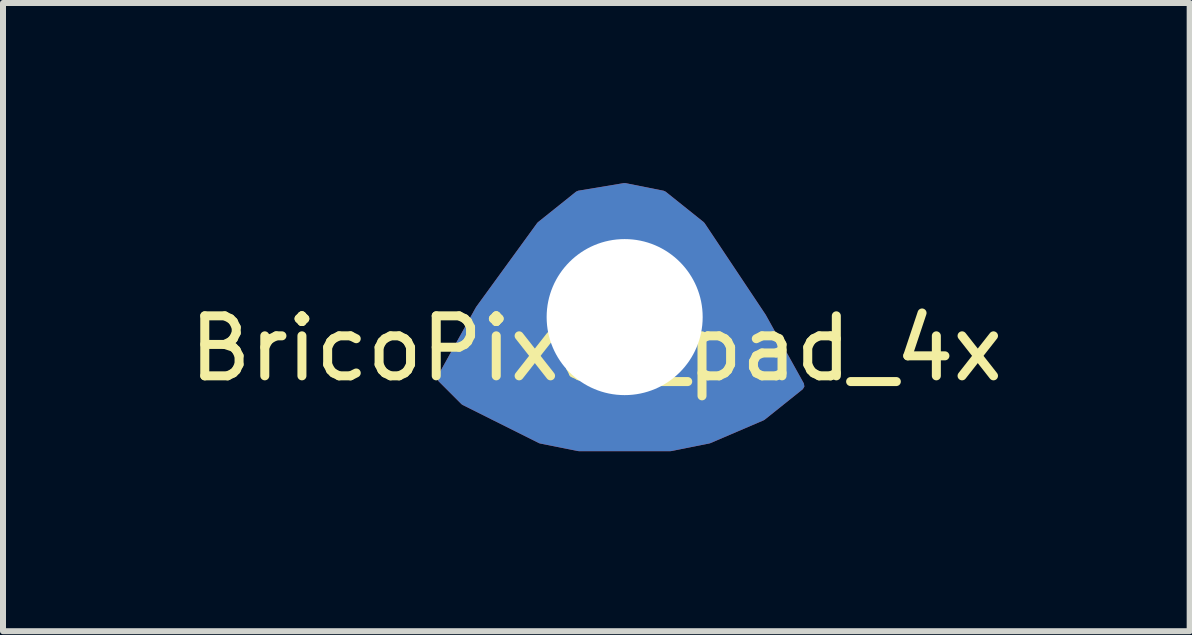
<source format=kicad_pcb>
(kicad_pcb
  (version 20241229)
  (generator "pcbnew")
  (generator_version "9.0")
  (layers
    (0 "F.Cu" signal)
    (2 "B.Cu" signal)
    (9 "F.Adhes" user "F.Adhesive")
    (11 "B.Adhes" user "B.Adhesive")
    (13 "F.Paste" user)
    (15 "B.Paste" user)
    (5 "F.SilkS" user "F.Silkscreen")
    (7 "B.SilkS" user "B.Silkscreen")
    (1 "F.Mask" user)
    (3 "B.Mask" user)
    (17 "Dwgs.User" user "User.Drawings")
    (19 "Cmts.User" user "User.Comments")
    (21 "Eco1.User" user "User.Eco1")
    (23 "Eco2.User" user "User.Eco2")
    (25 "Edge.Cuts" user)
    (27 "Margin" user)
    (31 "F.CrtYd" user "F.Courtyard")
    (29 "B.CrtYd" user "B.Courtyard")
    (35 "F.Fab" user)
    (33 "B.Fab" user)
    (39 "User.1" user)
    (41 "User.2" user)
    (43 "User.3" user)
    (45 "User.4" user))
  (footprint "BricoPixel_pad_4x"
    (layer "F.Cu")
    (at 7.359 2.234)
    (property "Reference" "BricoPixel_pad_4x" (at -0.473 0.524 0) (layer "F.SilkS") (effects (font (size 1 1) (thickness 0.15))))
    (attr through_hole)
    (pad "1" thru_hole custom (at 0 0) (size 3 3) (drill 2.6) (layers "*.Cu" "*.Mask") (options (anchor circle)) (primitives (gr_poly (pts (xy 0 -2.159) (xy 0.635 -2.032) (xy 1.27 -1.524) (xy 2.286 0) (xy 2.921 1.143) (xy 2.286 1.651) (xy 1.397 2.032) (xy 0.762 2.159) (xy 0 2.159) (xy -0.762 2.159) (xy -1.397 2.032) (xy -2.667 1.397) (xy -3.048 1.016) (xy -2.413 -0.127) (xy -1.397 -1.524) (xy -0.762 -2.032)) (width 0.15) (fill yes)))))
  (gr_rect
    (start -3 -3)
    (end 16.774 7.468)
    (stroke (width 0.1) (type default))
    (fill no)
    (layer "Edge.Cuts")))
</source>
